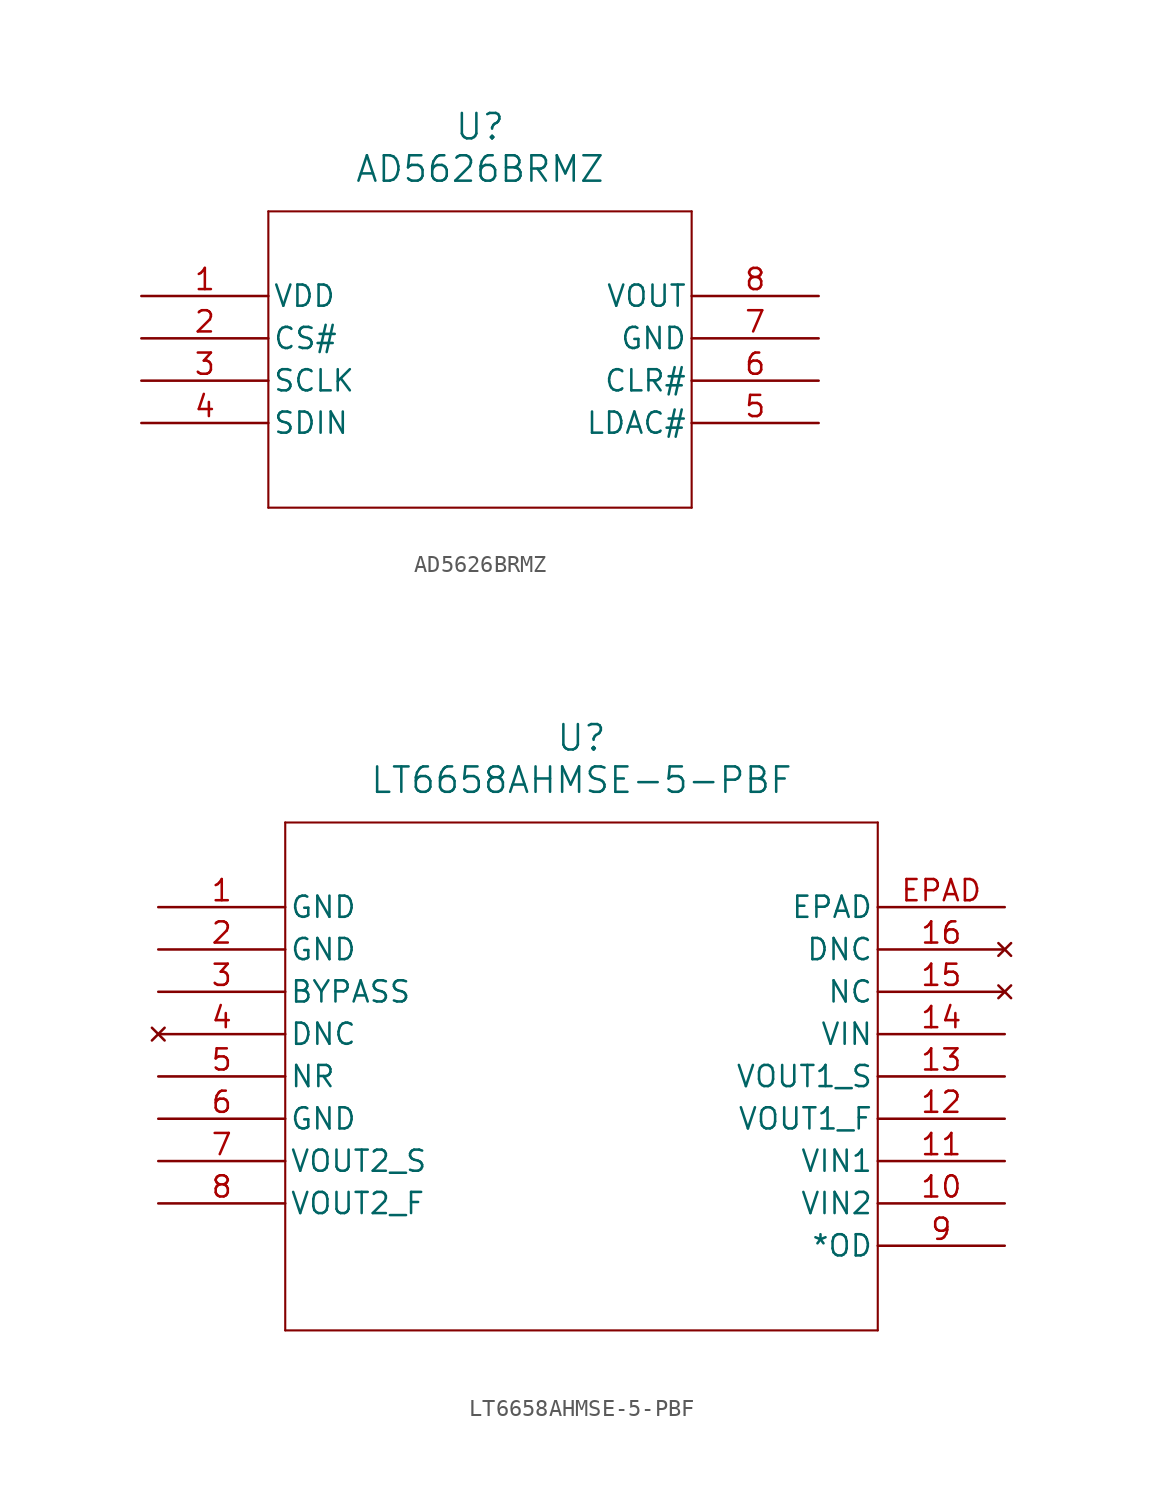
<source format=kicad_sym>
(kicad_symbol_lib
  (version 20241209)
  (generator "kicad_symbol_editor")
  (generator_version "9.0")
  (symbol "AD5626BRMZ"
    (pin_names
      (offset 0.254))
    (property "Reference" "U"
      (at 20.32 10.16 0)
      (effects (font (size 1.524 1.524))))
    (property "Value" "AD5626BRMZ"
      (at 20.32 7.62 0)
      (effects (font (size 1.524 1.524))))
    (property "ki_locked" ""
      (at 0 0 0)
      (effects (font (size 1.27 1.27))))
    (symbol "AD5626BRMZ_0_1"
      (polyline (pts (xy 7.62 5.08) (xy 7.62 -12.7)) (stroke (width 0.127) (type default)) (fill (type none)))
      (polyline (pts (xy 7.62 -12.7) (xy 33.02 -12.7)) (stroke (width 0.127) (type default)) (fill (type none)))
      (polyline (pts (xy 33.02 5.08) (xy 7.62 5.08)) (stroke (width 0.127) (type default)) (fill (type none)))
      (polyline (pts (xy 33.02 -12.7) (xy 33.02 5.08)) (stroke (width 0.127) (type default)) (fill (type none)))
      (pin power_in line (at 0 0 0) (length 7.62) (name "VDD" (effects (font (size 1.27 1.27)))) (number "1" (effects (font (size 1.27 1.27)))))
      (pin unspecified line (at 0 -2.54 0) (length 7.62) (name "CS#" (effects (font (size 1.27 1.27)))) (number "2" (effects (font (size 1.27 1.27)))))
      (pin unspecified line (at 0 -5.08 0) (length 7.62) (name "SCLK" (effects (font (size 1.27 1.27)))) (number "3" (effects (font (size 1.27 1.27)))))
      (pin unspecified line (at 0 -7.62 0) (length 7.62) (name "SDIN" (effects (font (size 1.27 1.27)))) (number "4" (effects (font (size 1.27 1.27)))))
      (pin unspecified line (at 40.64 0 180) (length 7.62) (name "VOUT" (effects (font (size 1.27 1.27)))) (number "8" (effects (font (size 1.27 1.27)))))
      (pin unspecified line (at 40.64 -2.54 180) (length 7.62) (name "GND" (effects (font (size 1.27 1.27)))) (number "7" (effects (font (size 1.27 1.27)))))
      (pin unspecified line (at 40.64 -5.08 180) (length 7.62) (name "CLR#" (effects (font (size 1.27 1.27)))) (number "6" (effects (font (size 1.27 1.27)))))
      (pin unspecified line (at 40.64 -7.62 180) (length 7.62) (name "LDAC#" (effects (font (size 1.27 1.27)))) (number "5" (effects (font (size 1.27 1.27)))))))
  (symbol "LT6658AHMSE-5-PBF"
    (pin_names
      (offset 0.254))
    (property "Reference" "U"
      (at 25.4 10.16 0)
      (effects (font (size 1.524 1.524))))
    (property "Value" "LT6658AHMSE-5-PBF"
      (at 25.4 7.62 0)
      (effects (font (size 1.524 1.524))))
    (property "ki_locked" ""
      (at 0 0 0)
      (effects (font (size 1.27 1.27))))
    (symbol "LT6658AHMSE-5-PBF_0_1"
      (polyline (pts (xy 7.62 5.08) (xy 7.62 -25.4)) (stroke (width 0.127) (type default)) (fill (type none)))
      (polyline (pts (xy 7.62 -25.4) (xy 43.18 -25.4)) (stroke (width 0.127) (type default)) (fill (type none)))
      (polyline (pts (xy 43.18 5.08) (xy 7.62 5.08)) (stroke (width 0.127) (type default)) (fill (type none)))
      (polyline (pts (xy 43.18 -25.4) (xy 43.18 5.08)) (stroke (width 0.127) (type default)) (fill (type none)))
      (pin power_in line (at 0 0 0) (length 7.62) (name "GND" (effects (font (size 1.27 1.27)))) (number "1" (effects (font (size 1.27 1.27)))))
      (pin power_in line (at 0 -2.54 0) (length 7.62) (name "GND" (effects (font (size 1.27 1.27)))) (number "2" (effects (font (size 1.27 1.27)))))
      (pin unspecified line (at 0 -5.08 0) (length 7.62) (name "BYPASS" (effects (font (size 1.27 1.27)))) (number "3" (effects (font (size 1.27 1.27)))))
      (pin no_connect line (at 0 -7.62 0) (length 7.62) (name "DNC" (effects (font (size 1.27 1.27)))) (number "4" (effects (font (size 1.27 1.27)))))
      (pin unspecified line (at 0 -10.16 0) (length 7.62) (name "NR" (effects (font (size 1.27 1.27)))) (number "5" (effects (font (size 1.27 1.27)))))
      (pin power_in line (at 0 -12.7 0) (length 7.62) (name "GND" (effects (font (size 1.27 1.27)))) (number "6" (effects (font (size 1.27 1.27)))))
      (pin output line (at 0 -15.24 0) (length 7.62) (name "VOUT2_S" (effects (font (size 1.27 1.27)))) (number "7" (effects (font (size 1.27 1.27)))))
      (pin output line (at 0 -17.78 0) (length 7.62) (name "VOUT2_F" (effects (font (size 1.27 1.27)))) (number "8" (effects (font (size 1.27 1.27)))))
      (pin unspecified line (at 50.8 0 180) (length 7.62) (name "EPAD" (effects (font (size 1.27 1.27)))) (number "EPAD" (effects (font (size 1.27 1.27)))))
      (pin no_connect line (at 50.8 -2.54 180) (length 7.62) (name "DNC" (effects (font (size 1.27 1.27)))) (number "16" (effects (font (size 1.27 1.27)))))
      (pin no_connect line (at 50.8 -5.08 180) (length 7.62) (name "NC" (effects (font (size 1.27 1.27)))) (number "15" (effects (font (size 1.27 1.27)))))
      (pin input line (at 50.8 -7.62 180) (length 7.62) (name "VIN" (effects (font (size 1.27 1.27)))) (number "14" (effects (font (size 1.27 1.27)))))
      (pin output line (at 50.8 -10.16 180) (length 7.62) (name "VOUT1_S" (effects (font (size 1.27 1.27)))) (number "13" (effects (font (size 1.27 1.27)))))
      (pin output line (at 50.8 -12.7 180) (length 7.62) (name "VOUT1_F" (effects (font (size 1.27 1.27)))) (number "12" (effects (font (size 1.27 1.27)))))
      (pin input line (at 50.8 -15.24 180) (length 7.62) (name "VIN1" (effects (font (size 1.27 1.27)))) (number "11" (effects (font (size 1.27 1.27)))))
      (pin input line (at 50.8 -17.78 180) (length 7.62) (name "VIN2" (effects (font (size 1.27 1.27)))) (number "10" (effects (font (size 1.27 1.27)))))
      (pin output line (at 50.8 -20.32 180) (length 7.62) (name "*OD" (effects (font (size 1.27 1.27)))) (number "9" (effects (font (size 1.27 1.27))))))))
</source>
